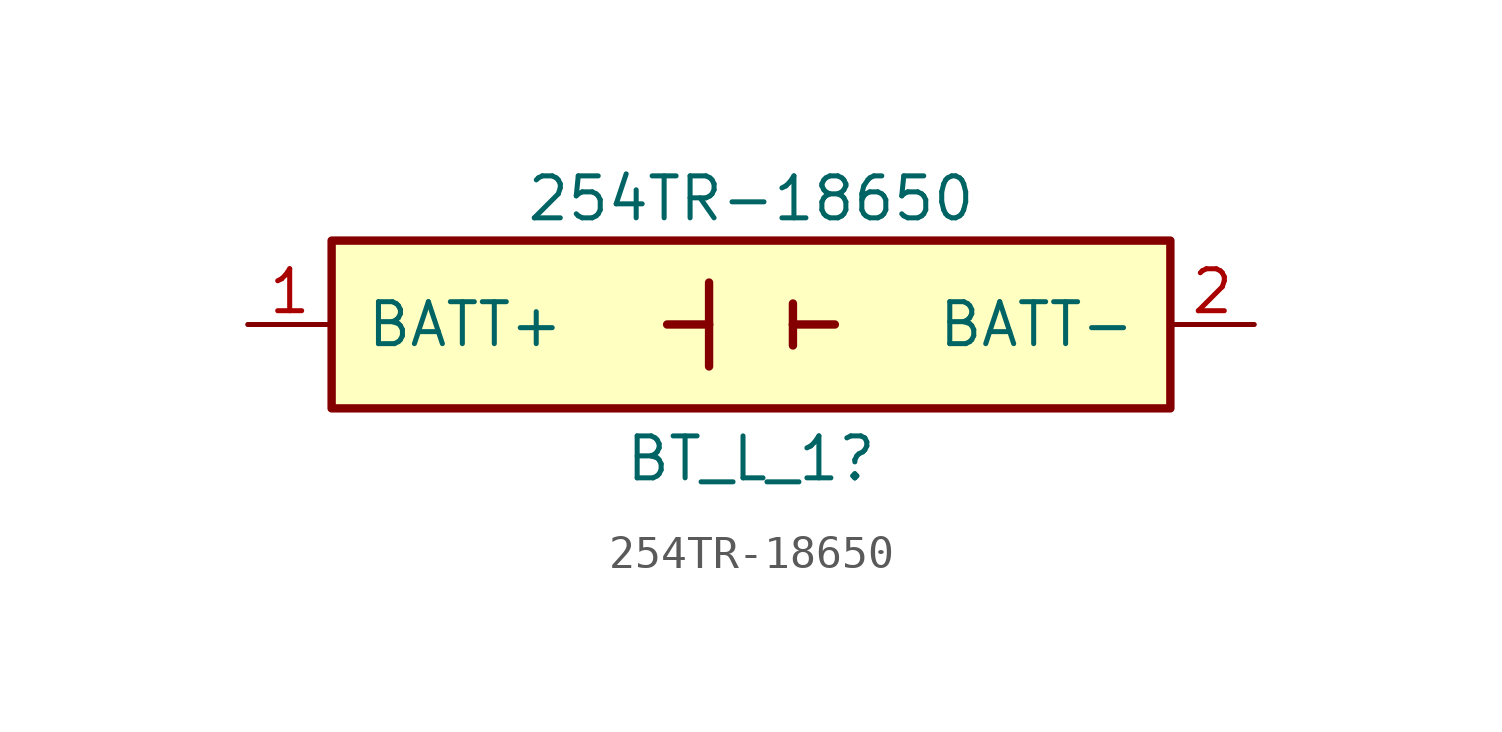
<source format=kicad_sym>
(kicad_symbol_lib
  (version 20241209)
  (generator "kicad_symbol_editor")
  (generator_version "9.0")
  (symbol "254TR-18650"
    (pin_names
      (offset 1.016))
    (property "Reference" "BT_L_1"
      (at 0 -4.064 0)
      (effects (font (size 1.27 1.27))))
    (property "Value" "254TR-18650"
      (at 0 3.81 0)
      (effects (font (size 1.27 1.27))))
    (symbol "254TR-18650_0_0"
      (rectangle (start -12.7 2.54) (end 12.7 -2.54) (stroke (width 0.254) (type default)) (fill (type background)))
      (polyline (pts (xy -1.27 1.27) (xy -1.27 0)) (stroke (width 0.254) (type default)) (fill (type none)))
      (polyline (pts (xy -1.27 0) (xy -2.54 0)) (stroke (width 0.254) (type default)) (fill (type none)))
      (polyline (pts (xy -1.27 0) (xy -1.27 -1.27)) (stroke (width 0.254) (type default)) (fill (type none)))
      (polyline (pts (xy 1.27 0.635) (xy 1.27 0)) (stroke (width 0.254) (type default)) (fill (type none)))
      (polyline (pts (xy 1.27 0) (xy 1.27 -0.635)) (stroke (width 0.254) (type default)) (fill (type none)))
      (polyline (pts (xy 1.27 0) (xy 2.54 0)) (stroke (width 0.254) (type default)) (fill (type none))))
    (symbol "254TR-18650_1_1"
      (pin passive line (at -15.24 0 0) (length 2.54) (name "BATT+" (effects (font (size 1.27 1.27)))) (number "1" (effects (font (size 1.27 1.27)))))
      (pin passive line (at 15.24 0 180) (length 2.54) (name "BATT-" (effects (font (size 1.27 1.27)))) (number "2" (effects (font (size 1.27 1.27))))))))
</source>
